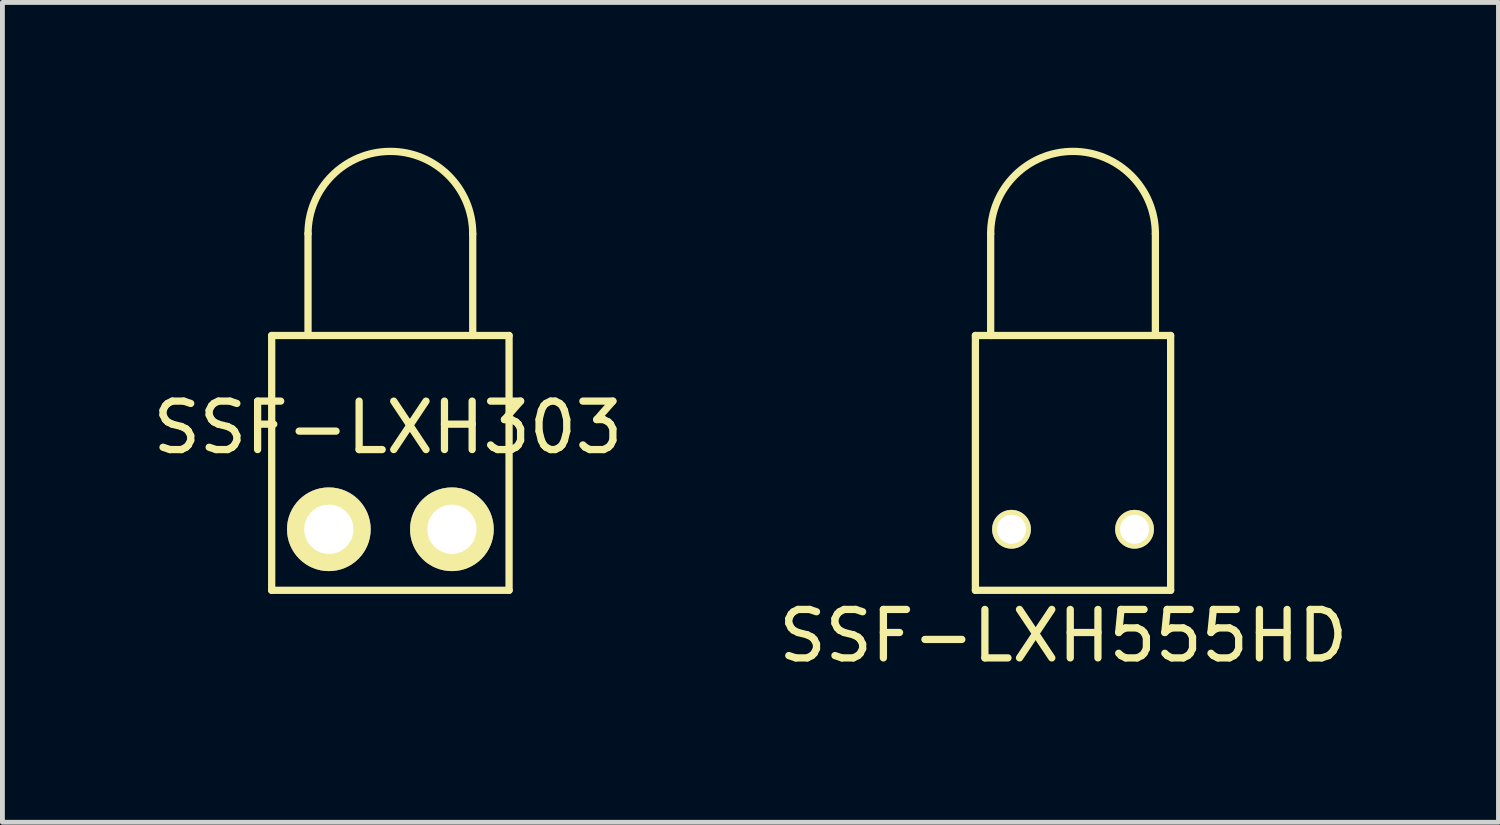
<source format=kicad_pcb>
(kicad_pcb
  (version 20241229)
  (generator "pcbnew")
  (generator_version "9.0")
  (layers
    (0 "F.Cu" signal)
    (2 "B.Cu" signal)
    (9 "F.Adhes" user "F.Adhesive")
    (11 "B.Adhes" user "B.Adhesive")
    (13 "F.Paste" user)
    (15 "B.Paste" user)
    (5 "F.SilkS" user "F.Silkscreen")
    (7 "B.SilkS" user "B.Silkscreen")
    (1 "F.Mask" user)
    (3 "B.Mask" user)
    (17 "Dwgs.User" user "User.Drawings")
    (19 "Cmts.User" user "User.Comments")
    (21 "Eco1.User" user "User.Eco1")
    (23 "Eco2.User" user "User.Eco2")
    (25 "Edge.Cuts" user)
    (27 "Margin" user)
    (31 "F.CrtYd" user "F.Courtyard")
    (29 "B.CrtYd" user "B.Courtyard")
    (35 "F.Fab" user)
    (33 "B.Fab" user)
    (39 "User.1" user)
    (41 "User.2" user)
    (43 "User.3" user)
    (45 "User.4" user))
  (footprint "SSF-LXH303"
    (layer "F.Cu")
    (at 5.008 7.875)
    (property "Reference" "SSF-LXH303" (at -0.05 -2.1 0) (layer "F.SilkS") (effects (font (size 1 1) (thickness 0.15))))
    (attr through_hole)
    (fp_line (start -2.45 -4) (end -2.45 1.26) (stroke (width 0.15) (type solid)) (layer "F.SilkS"))
    (fp_line (start -2.45 -4) (end 2.45 -4) (stroke (width 0.15) (type solid)) (layer "F.SilkS"))
    (fp_line (start -1.7 -6.1) (end -1.7 -4) (stroke (width 0.15) (type solid)) (layer "F.SilkS"))
    (fp_line (start 1.7 -6.1) (end 1.7 -4) (stroke (width 0.15) (type solid)) (layer "F.SilkS"))
    (fp_line (start 2.45 -4) (end 2.45 1.26) (stroke (width 0.15) (type solid)) (layer "F.SilkS"))
    (fp_line (start 2.45 1.26) (end -2.45 1.26) (stroke (width 0.15) (type solid)) (layer "F.SilkS"))
    (fp_arc (start -1.7 -6.1) (mid 0 -7.8) (end 1.7 -6.1) (stroke (width 0.15) (type solid)) (layer "F.SilkS"))
    (pad "1" thru_hole circle (at -1.27 0) (size 1.727 1.727) (drill 1.016) (layers "*.Cu" "*.Mask" "F.SilkS"))
    (pad "2" thru_hole circle (at 1.27 0) (size 1.727 1.727) (drill 1.016) (layers "*.Cu" "*.Mask" "F.SilkS")))
  (footprint "SSF-LXH555HD"
    (layer "F.Cu")
    (at 19.099 7.875)
    (property "Reference" "SSF-LXH555HD" (at -0.2 2.2 0) (layer "F.SilkS") (effects (font (size 1 1) (thickness 0.15))))
    (attr through_hole)
    (fp_line (start -2.015 -4) (end -2.015 1.26) (stroke (width 0.15) (type solid)) (layer "F.SilkS"))
    (fp_line (start -2.015 -4) (end 2.015 -4) (stroke (width 0.15) (type solid)) (layer "F.SilkS"))
    (fp_line (start -1.7 -6.1) (end -1.7 -4) (stroke (width 0.15) (type solid)) (layer "F.SilkS"))
    (fp_line (start 1.7 -6.1) (end 1.7 -4) (stroke (width 0.15) (type solid)) (layer "F.SilkS"))
    (fp_line (start 2.015 -4) (end 2.015 1.26) (stroke (width 0.15) (type solid)) (layer "F.SilkS"))
    (fp_line (start 2.015 1.26) (end -2.015 1.26) (stroke (width 0.15) (type solid)) (layer "F.SilkS"))
    (fp_arc (start -1.7 -6.1) (mid 0 -7.8) (end 1.7 -6.1) (stroke (width 0.15) (type solid)) (layer "F.SilkS"))
    (pad "1" thru_hole circle (at 1.27 0) (size 0.8 0.8) (drill 0.6) (layers "*.Cu" "*.Mask" "F.SilkS"))
    (pad "2" thru_hole circle (at -1.27 0) (size 0.8 0.8) (drill 0.6) (layers "*.Cu" "*.Mask" "F.SilkS")))
  (gr_rect
    (start -3 -3)
    (end 27.881 13.923)
    (stroke (width 0.1) (type default))
    (fill no)
    (layer "Edge.Cuts")))
</source>
